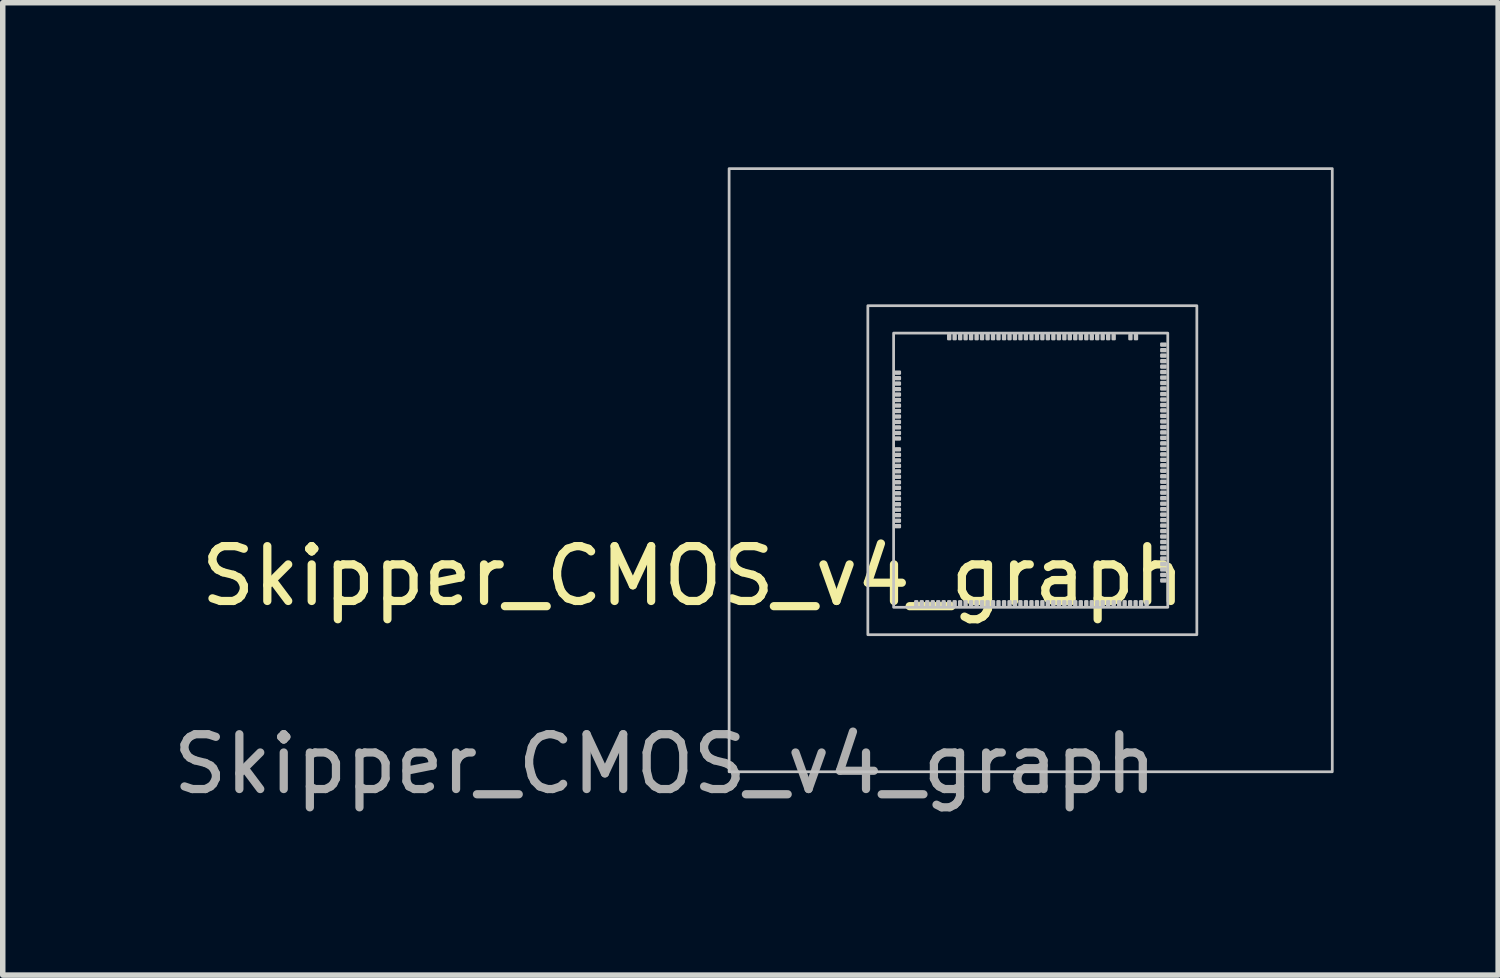
<source format=kicad_pcb>
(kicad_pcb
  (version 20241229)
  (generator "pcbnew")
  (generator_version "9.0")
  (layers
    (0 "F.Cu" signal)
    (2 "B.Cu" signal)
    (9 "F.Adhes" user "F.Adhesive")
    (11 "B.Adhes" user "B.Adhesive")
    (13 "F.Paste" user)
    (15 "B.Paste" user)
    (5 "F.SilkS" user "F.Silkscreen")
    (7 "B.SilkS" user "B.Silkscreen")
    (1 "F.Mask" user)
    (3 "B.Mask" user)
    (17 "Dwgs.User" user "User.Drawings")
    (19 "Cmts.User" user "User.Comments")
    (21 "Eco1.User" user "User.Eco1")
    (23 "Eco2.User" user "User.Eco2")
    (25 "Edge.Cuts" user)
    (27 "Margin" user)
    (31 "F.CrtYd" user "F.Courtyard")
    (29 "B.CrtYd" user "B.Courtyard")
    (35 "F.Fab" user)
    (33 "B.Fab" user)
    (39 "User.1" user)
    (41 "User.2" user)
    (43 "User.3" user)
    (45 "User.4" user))
  (footprint "Skipper_CMOS_v4_graph"
    (layer "F.Cu")
    (at 13.247 8.025)
    (property "Reference" "Skipper_CMOS_v4_graph" (at -3.66 -0.57 0) (unlocked yes) (layer "F.SilkS") (effects (font (size 1 1) (thickness 0.15))))
    (attr smd)
    (fp_rect (start -3 -8) (end 8 3) (stroke (width 0.05) (type solid)) (fill no) (layer "Dwgs.User"))
    (fp_rect (start -0.47 -5.5) (end 5.53 0.5) (stroke (width 0.05) (type solid)) (fill no) (layer "Dwgs.User"))
    (fp_rect (start 0 0) (end 5 -5) (stroke (width 0.05) (type solid)) (fill no) (layer "Dwgs.User"))
    (fp_rect (start 0.23 -1.55) (end 0.75 -4.19) (stroke (width 0.05) (type solid)) (fill no) (layer "User.1"))
    (fp_rect (start 0.5 -0.66) (end 4.55 -0.18) (stroke (width 0.05) (type solid)) (fill no) (layer "User.1"))
    (fp_rect (start 1.105 -4.8) (end 3.935 -4.28) (stroke (width 0.05) (type solid)) (fill no) (layer "User.1"))
    (fp_rect (start 4.33 -0.79) (end 4.76 -4.69) (stroke (width 0.05) (type solid)) (fill no) (layer "User.1"))
    (fp_text user "${REFERENCE}" (at -4.17 2.86 0) (unlocked yes) (layer "F.Fab") (effects (font (size 1 1) (thickness 0.15))))
    (fp_text user "Matrix Ctrl Logic" (at 0.48 -2.88 270) (unlocked yes) (layer "User.1") (effects (font (size 0.2 0.2) (thickness 0.035))))
    (fp_text user "Test Structures" (at 4.55 -2.75 90) (unlocked yes) (layer "User.1") (effects (font (size 0.27 0.27) (thickness 0.04))))
    (fp_text user "Analog Front-End" (at 2.53 -0.41 0) (unlocked yes) (layer "User.1") (effects (font (size 0.27 0.27) (thickness 0.04))))
    (fp_text user "TOP pixel Supplies-REFs" (at 2.51 -4.53 180) (unlocked yes) (layer "User.1") (effects (font (size 0.14 0.14) (thickness 0.02))))
    (pad "" smd roundrect (at 0.076 -4.279 180) (size 0.12 0.08) (layers "Dwgs.User") (roundrect_rratio 0.25))
    (pad "" smd roundrect (at 0.076 -4.179 180) (size 0.12 0.08) (layers "Dwgs.User") (roundrect_rratio 0.25))
    (pad "" smd roundrect (at 0.076 -4.08 180) (size 0.12 0.08) (layers "Dwgs.User") (roundrect_rratio 0.25))
    (pad "" smd roundrect (at 0.076 -3.979 180) (size 0.12 0.08) (layers "Dwgs.User") (roundrect_rratio 0.25))
    (pad "" smd roundrect (at 0.076 -3.88 180) (size 0.12 0.08) (layers "Dwgs.User") (roundrect_rratio 0.25))
    (pad "" smd roundrect (at 0.076 -3.78 180) (size 0.12 0.08) (layers "Dwgs.User") (roundrect_rratio 0.25))
    (pad "" smd roundrect (at 0.076 -3.679 180) (size 0.12 0.08) (layers "Dwgs.User") (roundrect_rratio 0.25))
    (pad "" smd roundrect (at 0.076 -3.579 180) (size 0.12 0.08) (layers "Dwgs.User") (roundrect_rratio 0.25))
    (pad "" smd roundrect (at 0.076 -3.479 180) (size 0.12 0.08) (layers "Dwgs.User") (roundrect_rratio 0.25))
    (pad "" smd roundrect (at 0.076 -3.38 180) (size 0.12 0.08) (layers "Dwgs.User") (roundrect_rratio 0.25))
    (pad "" smd roundrect (at 0.076 -3.28 180) (size 0.12 0.08) (layers "Dwgs.User") (roundrect_rratio 0.25))
    (pad "" smd roundrect (at 0.076 -3.179 180) (size 0.12 0.08) (layers "Dwgs.User") (roundrect_rratio 0.25))
    (pad "" smd roundrect (at 0.076 -3.079 180) (size 0.12 0.08) (layers "Dwgs.User") (roundrect_rratio 0.25))
    (pad "" smd roundrect (at 0.076 -2.88 180) (size 0.12 0.08) (layers "Dwgs.User") (roundrect_rratio 0.25))
    (pad "" smd roundrect (at 0.076 -2.78 180) (size 0.12 0.08) (layers "Dwgs.User") (roundrect_rratio 0.25))
    (pad "" smd roundrect (at 0.076 -2.679 180) (size 0.12 0.08) (layers "Dwgs.User") (roundrect_rratio 0.25))
    (pad "" smd roundrect (at 0.076 -2.579 180) (size 0.12 0.08) (layers "Dwgs.User") (roundrect_rratio 0.25))
    (pad "" smd roundrect (at 0.076 -2.479 180) (size 0.12 0.08) (layers "Dwgs.User") (roundrect_rratio 0.25))
    (pad "" smd roundrect (at 0.076 -2.38 180) (size 0.12 0.08) (layers "Dwgs.User") (roundrect_rratio 0.25))
    (pad "" smd roundrect (at 0.076 -2.28 180) (size 0.12 0.08) (layers "Dwgs.User") (roundrect_rratio 0.25))
    (pad "" smd roundrect (at 0.076 -2.179 180) (size 0.12 0.08) (layers "Dwgs.User") (roundrect_rratio 0.25))
    (pad "" smd roundrect (at 0.076 -2.079 180) (size 0.12 0.08) (layers "Dwgs.User") (roundrect_rratio 0.25))
    (pad "" smd roundrect (at 0.076 -1.98 180) (size 0.12 0.08) (layers "Dwgs.User") (roundrect_rratio 0.25))
    (pad "" smd roundrect (at 0.076 -1.879 180) (size 0.12 0.08) (layers "Dwgs.User") (roundrect_rratio 0.25))
    (pad "" smd roundrect (at 0.076 -1.78 180) (size 0.12 0.08) (layers "Dwgs.User") (roundrect_rratio 0.25))
    (pad "" smd roundrect (at 0.076 -1.679 180) (size 0.12 0.08) (layers "Dwgs.User") (roundrect_rratio 0.25))
    (pad "" smd roundrect (at 0.076 -1.579 180) (size 0.12 0.08) (layers "Dwgs.User") (roundrect_rratio 0.25))
    (pad "" smd roundrect (at 0.076 -1.48 180) (size 0.12 0.08) (layers "Dwgs.User") (roundrect_rratio 0.25))
    (pad "" smd roundrect (at 0.413 -0.071 90) (size 0.12 0.08) (layers "Dwgs.User") (roundrect_rratio 0.25))
    (pad "" smd roundrect (at 0.513 -0.071 90) (size 0.12 0.08) (layers "Dwgs.User") (roundrect_rratio 0.25))
    (pad "" smd roundrect (at 0.614 -0.071 90) (size 0.12 0.08) (layers "Dwgs.User") (roundrect_rratio 0.25))
    (pad "" smd roundrect (at 0.714 -0.071 90) (size 0.12 0.08) (layers "Dwgs.User") (roundrect_rratio 0.25))
    (pad "" smd roundrect (at 0.814 -0.071 90) (size 0.12 0.08) (layers "Dwgs.User") (roundrect_rratio 0.25))
    (pad "" smd roundrect (at 0.913 -0.071 90) (size 0.12 0.08) (layers "Dwgs.User") (roundrect_rratio 0.25))
    (pad "" smd roundrect (at 1.014 -4.928 90) (size 0.12 0.08) (layers "Dwgs.User") (roundrect_rratio 0.25))
    (pad "" smd roundrect (at 1.014 -0.071 90) (size 0.12 0.08) (layers "Dwgs.User") (roundrect_rratio 0.25))
    (pad "" smd roundrect (at 1.113 -4.928 90) (size 0.12 0.08) (layers "Dwgs.User") (roundrect_rratio 0.25))
    (pad "" smd roundrect (at 1.113 -0.071 90) (size 0.12 0.08) (layers "Dwgs.User") (roundrect_rratio 0.25))
    (pad "" smd roundrect (at 1.214 -4.928 90) (size 0.12 0.08) (layers "Dwgs.User") (roundrect_rratio 0.25))
    (pad "" smd roundrect (at 1.214 -0.071 90) (size 0.12 0.08) (layers "Dwgs.User") (roundrect_rratio 0.25))
    (pad "" smd roundrect (at 1.313 -4.928 90) (size 0.12 0.08) (layers "Dwgs.User") (roundrect_rratio 0.25))
    (pad "" smd roundrect (at 1.313 -0.071 90) (size 0.12 0.08) (layers "Dwgs.User") (roundrect_rratio 0.25))
    (pad "" smd roundrect (at 1.413 -4.928 90) (size 0.12 0.08) (layers "Dwgs.User") (roundrect_rratio 0.25))
    (pad "" smd roundrect (at 1.413 -0.071 90) (size 0.12 0.08) (layers "Dwgs.User") (roundrect_rratio 0.25))
    (pad "" smd roundrect (at 1.514 -4.928 90) (size 0.12 0.08) (layers "Dwgs.User") (roundrect_rratio 0.25))
    (pad "" smd roundrect (at 1.514 -0.071 90) (size 0.12 0.08) (layers "Dwgs.User") (roundrect_rratio 0.25))
    (pad "" smd roundrect (at 1.613 -4.928 90) (size 0.12 0.08) (layers "Dwgs.User") (roundrect_rratio 0.25))
    (pad "" smd roundrect (at 1.613 -0.071 90) (size 0.12 0.08) (layers "Dwgs.User") (roundrect_rratio 0.25))
    (pad "" smd roundrect (at 1.714 -4.928 90) (size 0.12 0.08) (layers "Dwgs.User") (roundrect_rratio 0.25))
    (pad "" smd roundrect (at 1.714 -0.071 90) (size 0.12 0.08) (layers "Dwgs.User") (roundrect_rratio 0.25))
    (pad "" smd roundrect (at 1.813 -4.928 90) (size 0.12 0.08) (layers "Dwgs.User") (roundrect_rratio 0.25))
    (pad "" smd roundrect (at 1.813 -0.071 90) (size 0.12 0.08) (layers "Dwgs.User") (roundrect_rratio 0.25))
    (pad "" smd roundrect (at 1.913 -4.928 90) (size 0.12 0.08) (layers "Dwgs.User") (roundrect_rratio 0.25))
    (pad "" smd roundrect (at 1.913 -0.071 90) (size 0.12 0.08) (layers "Dwgs.User") (roundrect_rratio 0.25))
    (pad "" smd roundrect (at 2.014 -4.928 90) (size 0.12 0.08) (layers "Dwgs.User") (roundrect_rratio 0.25))
    (pad "" smd roundrect (at 2.014 -0.071 90) (size 0.12 0.08) (layers "Dwgs.User") (roundrect_rratio 0.25))
    (pad "" smd roundrect (at 2.114 -4.928 90) (size 0.12 0.08) (layers "Dwgs.User") (roundrect_rratio 0.25))
    (pad "" smd roundrect (at 2.114 -0.071 90) (size 0.12 0.08) (layers "Dwgs.User") (roundrect_rratio 0.25))
    (pad "" smd roundrect (at 2.213 -4.928 90) (size 0.12 0.08) (layers "Dwgs.User") (roundrect_rratio 0.25))
    (pad "" smd roundrect (at 2.213 -0.071 90) (size 0.12 0.08) (layers "Dwgs.User") (roundrect_rratio 0.25))
    (pad "" smd roundrect (at 2.313 -4.928 90) (size 0.12 0.08) (layers "Dwgs.User") (roundrect_rratio 0.25))
    (pad "" smd roundrect (at 2.313 -0.071 90) (size 0.12 0.08) (layers "Dwgs.User") (roundrect_rratio 0.25))
    (pad "" smd roundrect (at 2.413 -4.928 90) (size 0.12 0.08) (layers "Dwgs.User") (roundrect_rratio 0.25))
    (pad "" smd roundrect (at 2.413 -0.071 90) (size 0.12 0.08) (layers "Dwgs.User") (roundrect_rratio 0.25))
    (pad "" smd roundrect (at 2.514 -4.928 90) (size 0.12 0.08) (layers "Dwgs.User") (roundrect_rratio 0.25))
    (pad "" smd roundrect (at 2.514 -0.071 90) (size 0.12 0.08) (layers "Dwgs.User") (roundrect_rratio 0.25))
    (pad "" smd roundrect (at 2.614 -4.928 90) (size 0.12 0.08) (layers "Dwgs.User") (roundrect_rratio 0.25))
    (pad "" smd roundrect (at 2.614 -0.071 90) (size 0.12 0.08) (layers "Dwgs.User") (roundrect_rratio 0.25))
    (pad "" smd roundrect (at 2.713 -4.928 90) (size 0.12 0.08) (layers "Dwgs.User") (roundrect_rratio 0.25))
    (pad "" smd roundrect (at 2.713 -0.071 90) (size 0.12 0.08) (layers "Dwgs.User") (roundrect_rratio 0.25))
    (pad "" smd roundrect (at 2.813 -4.928 90) (size 0.12 0.08) (layers "Dwgs.User") (roundrect_rratio 0.25))
    (pad "" smd roundrect (at 2.813 -0.071 90) (size 0.12 0.08) (layers "Dwgs.User") (roundrect_rratio 0.25))
    (pad "" smd roundrect (at 2.913 -4.928 90) (size 0.12 0.08) (layers "Dwgs.User") (roundrect_rratio 0.25))
    (pad "" smd roundrect (at 2.913 -0.071 90) (size 0.12 0.08) (layers "Dwgs.User") (roundrect_rratio 0.25))
    (pad "" smd roundrect (at 3.014 -4.928 90) (size 0.12 0.08) (layers "Dwgs.User") (roundrect_rratio 0.25))
    (pad "" smd roundrect (at 3.014 -0.071 90) (size 0.12 0.08) (layers "Dwgs.User") (roundrect_rratio 0.25))
    (pad "" smd roundrect (at 3.114 -4.928 90) (size 0.12 0.08) (layers "Dwgs.User") (roundrect_rratio 0.25))
    (pad "" smd roundrect (at 3.114 -0.071 90) (size 0.12 0.08) (layers "Dwgs.User") (roundrect_rratio 0.25))
    (pad "" smd roundrect (at 3.213 -4.928 90) (size 0.12 0.08) (layers "Dwgs.User") (roundrect_rratio 0.25))
    (pad "" smd roundrect (at 3.213 -0.071 90) (size 0.12 0.08) (layers "Dwgs.User") (roundrect_rratio 0.25))
    (pad "" smd roundrect (at 3.313 -4.928 90) (size 0.12 0.08) (layers "Dwgs.User") (roundrect_rratio 0.25))
    (pad "" smd roundrect (at 3.313 -0.071 90) (size 0.12 0.08) (layers "Dwgs.User") (roundrect_rratio 0.25))
    (pad "" smd roundrect (at 3.413 -4.928 90) (size 0.12 0.08) (layers "Dwgs.User") (roundrect_rratio 0.25))
    (pad "" smd roundrect (at 3.413 -0.071 90) (size 0.12 0.08) (layers "Dwgs.User") (roundrect_rratio 0.25))
    (pad "" smd roundrect (at 3.514 -4.928 90) (size 0.12 0.08) (layers "Dwgs.User") (roundrect_rratio 0.25))
    (pad "" smd roundrect (at 3.514 -0.071 90) (size 0.12 0.08) (layers "Dwgs.User") (roundrect_rratio 0.25))
    (pad "" smd roundrect (at 3.614 -4.928 90) (size 0.12 0.08) (layers "Dwgs.User") (roundrect_rratio 0.25))
    (pad "" smd roundrect (at 3.614 -0.071 90) (size 0.12 0.08) (layers "Dwgs.User") (roundrect_rratio 0.25))
    (pad "" smd roundrect (at 3.713 -4.928 90) (size 0.12 0.08) (layers "Dwgs.User") (roundrect_rratio 0.25))
    (pad "" smd roundrect (at 3.713 -0.071 90) (size 0.12 0.08) (layers "Dwgs.User") (roundrect_rratio 0.25))
    (pad "" smd roundrect (at 3.813 -4.928 90) (size 0.12 0.08) (layers "Dwgs.User") (roundrect_rratio 0.25))
    (pad "" smd roundrect (at 3.813 -0.071 90) (size 0.12 0.08) (layers "Dwgs.User") (roundrect_rratio 0.25))
    (pad "" smd roundrect (at 3.913 -4.928 90) (size 0.12 0.08) (layers "Dwgs.User") (roundrect_rratio 0.25))
    (pad "" smd roundrect (at 3.913 -0.071 90) (size 0.12 0.08) (layers "Dwgs.User") (roundrect_rratio 0.25))
    (pad "" smd roundrect (at 4.013 -4.928 90) (size 0.12 0.08) (layers "Dwgs.User") (roundrect_rratio 0.25))
    (pad "" smd roundrect (at 4.013 -0.071 90) (size 0.12 0.08) (layers "Dwgs.User") (roundrect_rratio 0.25))
    (pad "" smd roundrect (at 4.114 -0.071 90) (size 0.12 0.08) (layers "Dwgs.User") (roundrect_rratio 0.25))
    (pad "" smd roundrect (at 4.213 -0.071 90) (size 0.12 0.08) (layers "Dwgs.User") (roundrect_rratio 0.25))
    (pad "" smd roundrect (at 4.314 -0.071 90) (size 0.12 0.08) (layers "Dwgs.User") (roundrect_rratio 0.25))
    (pad "" smd roundrect (at 4.319 -4.928 90) (size 0.12 0.08) (layers "Dwgs.User") (roundrect_rratio 0.25))
    (pad "" smd roundrect (at 4.413 -0.071 90) (size 0.12 0.08) (layers "Dwgs.User") (roundrect_rratio 0.25))
    (pad "" smd roundrect (at 4.42 -4.928 90) (size 0.12 0.08) (layers "Dwgs.User") (roundrect_rratio 0.25))
    (pad "" smd roundrect (at 4.513 -0.071 90) (size 0.12 0.08) (layers "Dwgs.User") (roundrect_rratio 0.25))
    (pad "" smd roundrect (at 4.614 -0.071 90) (size 0.12 0.08) (layers "Dwgs.User") (roundrect_rratio 0.25))
    (pad "" smd roundrect (at 4.92 -4.79 180) (size 0.12 0.08) (layers "Dwgs.User") (roundrect_rratio 0.25))
    (pad "" smd roundrect (at 4.92 -4.689 180) (size 0.12 0.08) (layers "Dwgs.User") (roundrect_rratio 0.25))
    (pad "" smd roundrect (at 4.92 -4.59 180) (size 0.12 0.08) (layers "Dwgs.User") (roundrect_rratio 0.25))
    (pad "" smd roundrect (at 4.92 -4.489 180) (size 0.12 0.08) (layers "Dwgs.User") (roundrect_rratio 0.25))
    (pad "" smd roundrect (at 4.92 -4.389 180) (size 0.12 0.08) (layers "Dwgs.User") (roundrect_rratio 0.25))
    (pad "" smd roundrect (at 4.92 -4.29 180) (size 0.12 0.08) (layers "Dwgs.User") (roundrect_rratio 0.25))
    (pad "" smd roundrect (at 4.92 -4.189 180) (size 0.12 0.08) (layers "Dwgs.User") (roundrect_rratio 0.25))
    (pad "" smd roundrect (at 4.92 -4.09 180) (size 0.12 0.08) (layers "Dwgs.User") (roundrect_rratio 0.25))
    (pad "" smd roundrect (at 4.92 -3.99 180) (size 0.12 0.08) (layers "Dwgs.User") (roundrect_rratio 0.25))
    (pad "" smd roundrect (at 4.92 -3.889 180) (size 0.12 0.08) (layers "Dwgs.User") (roundrect_rratio 0.25))
    (pad "" smd roundrect (at 4.92 -3.789 180) (size 0.12 0.08) (layers "Dwgs.User") (roundrect_rratio 0.25))
    (pad "" smd roundrect (at 4.92 -3.689 180) (size 0.12 0.08) (layers "Dwgs.User") (roundrect_rratio 0.25))
    (pad "" smd roundrect (at 4.92 -3.59 180) (size 0.12 0.08) (layers "Dwgs.User") (roundrect_rratio 0.25))
    (pad "" smd roundrect (at 4.92 -3.49 180) (size 0.12 0.08) (layers "Dwgs.User") (roundrect_rratio 0.25))
    (pad "" smd roundrect (at 4.92 -3.389 180) (size 0.12 0.08) (layers "Dwgs.User") (roundrect_rratio 0.25))
    (pad "" smd roundrect (at 4.92 -3.289 180) (size 0.12 0.08) (layers "Dwgs.User") (roundrect_rratio 0.25))
    (pad "" smd roundrect (at 4.92 -3.189 180) (size 0.12 0.08) (layers "Dwgs.User") (roundrect_rratio 0.25))
    (pad "" smd roundrect (at 4.92 -3.09 180) (size 0.12 0.08) (layers "Dwgs.User") (roundrect_rratio 0.25))
    (pad "" smd roundrect (at 4.92 -2.99 180) (size 0.12 0.08) (layers "Dwgs.User") (roundrect_rratio 0.25))
    (pad "" smd roundrect (at 4.92 -2.889 180) (size 0.12 0.08) (layers "Dwgs.User") (roundrect_rratio 0.25))
    (pad "" smd roundrect (at 4.92 -2.789 180) (size 0.12 0.08) (layers "Dwgs.User") (roundrect_rratio 0.25))
    (pad "" smd roundrect (at 4.92 -2.689 180) (size 0.12 0.08) (layers "Dwgs.User") (roundrect_rratio 0.25))
    (pad "" smd roundrect (at 4.92 -2.59 180) (size 0.12 0.08) (layers "Dwgs.User") (roundrect_rratio 0.25))
    (pad "" smd roundrect (at 4.92 -2.49 180) (size 0.12 0.08) (layers "Dwgs.User") (roundrect_rratio 0.25))
    (pad "" smd roundrect (at 4.92 -2.389 180) (size 0.12 0.08) (layers "Dwgs.User") (roundrect_rratio 0.25))
    (pad "" smd roundrect (at 4.92 -2.289 180) (size 0.12 0.08) (layers "Dwgs.User") (roundrect_rratio 0.25))
    (pad "" smd roundrect (at 4.92 -2.189 180) (size 0.12 0.08) (layers "Dwgs.User") (roundrect_rratio 0.25))
    (pad "" smd roundrect (at 4.92 -2.09 180) (size 0.12 0.08) (layers "Dwgs.User") (roundrect_rratio 0.25))
    (pad "" smd roundrect (at 4.92 -1.99 180) (size 0.12 0.08) (layers "Dwgs.User") (roundrect_rratio 0.25))
    (pad "" smd roundrect (at 4.92 -1.889 180) (size 0.12 0.08) (layers "Dwgs.User") (roundrect_rratio 0.25))
    (pad "" smd roundrect (at 4.92 -1.79 180) (size 0.12 0.08) (layers "Dwgs.User") (roundrect_rratio 0.25))
    (pad "" smd roundrect (at 4.92 -1.69 180) (size 0.12 0.08) (layers "Dwgs.User") (roundrect_rratio 0.25))
    (pad "" smd roundrect (at 4.92 -1.589 180) (size 0.12 0.08) (layers "Dwgs.User") (roundrect_rratio 0.25))
    (pad "" smd roundrect (at 4.92 -1.49 180) (size 0.12 0.08) (layers "Dwgs.User") (roundrect_rratio 0.25))
    (pad "" smd roundrect (at 4.92 -1.389 180) (size 0.12 0.08) (layers "Dwgs.User") (roundrect_rratio 0.25))
    (pad "" smd roundrect (at 4.92 -1.29 180) (size 0.12 0.08) (layers "Dwgs.User") (roundrect_rratio 0.25))
    (pad "" smd roundrect (at 4.92 -1.19 180) (size 0.12 0.08) (layers "Dwgs.User") (roundrect_rratio 0.25))
    (pad "" smd roundrect (at 4.92 -1.089 180) (size 0.12 0.08) (layers "Dwgs.User") (roundrect_rratio 0.25))
    (pad "" smd roundrect (at 4.92 -0.99 180) (size 0.12 0.08) (layers "Dwgs.User") (roundrect_rratio 0.25))
    (pad "" smd roundrect (at 4.92 -0.889 180) (size 0.12 0.08) (layers "Dwgs.User") (roundrect_rratio 0.25))
    (pad "" smd roundrect (at 4.92 -0.789 180) (size 0.12 0.08) (layers "Dwgs.User") (roundrect_rratio 0.25))
    (pad "" smd roundrect (at 4.92 -0.69 180) (size 0.12 0.08) (layers "Dwgs.User") (roundrect_rratio 0.25))
    (pad "" smd roundrect (at 4.92 -0.59 180) (size 0.12 0.08) (layers "Dwgs.User") (roundrect_rratio 0.25))
    (pad "" smd roundrect (at 4.92 -0.489 180) (size 0.12 0.08) (layers "Dwgs.User") (roundrect_rratio 0.25)))
  (gr_rect
    (start -3 -3)
    (end 24.272 14.733)
    (stroke (width 0.1) (type default))
    (fill no)
    (layer "Edge.Cuts")))
</source>
